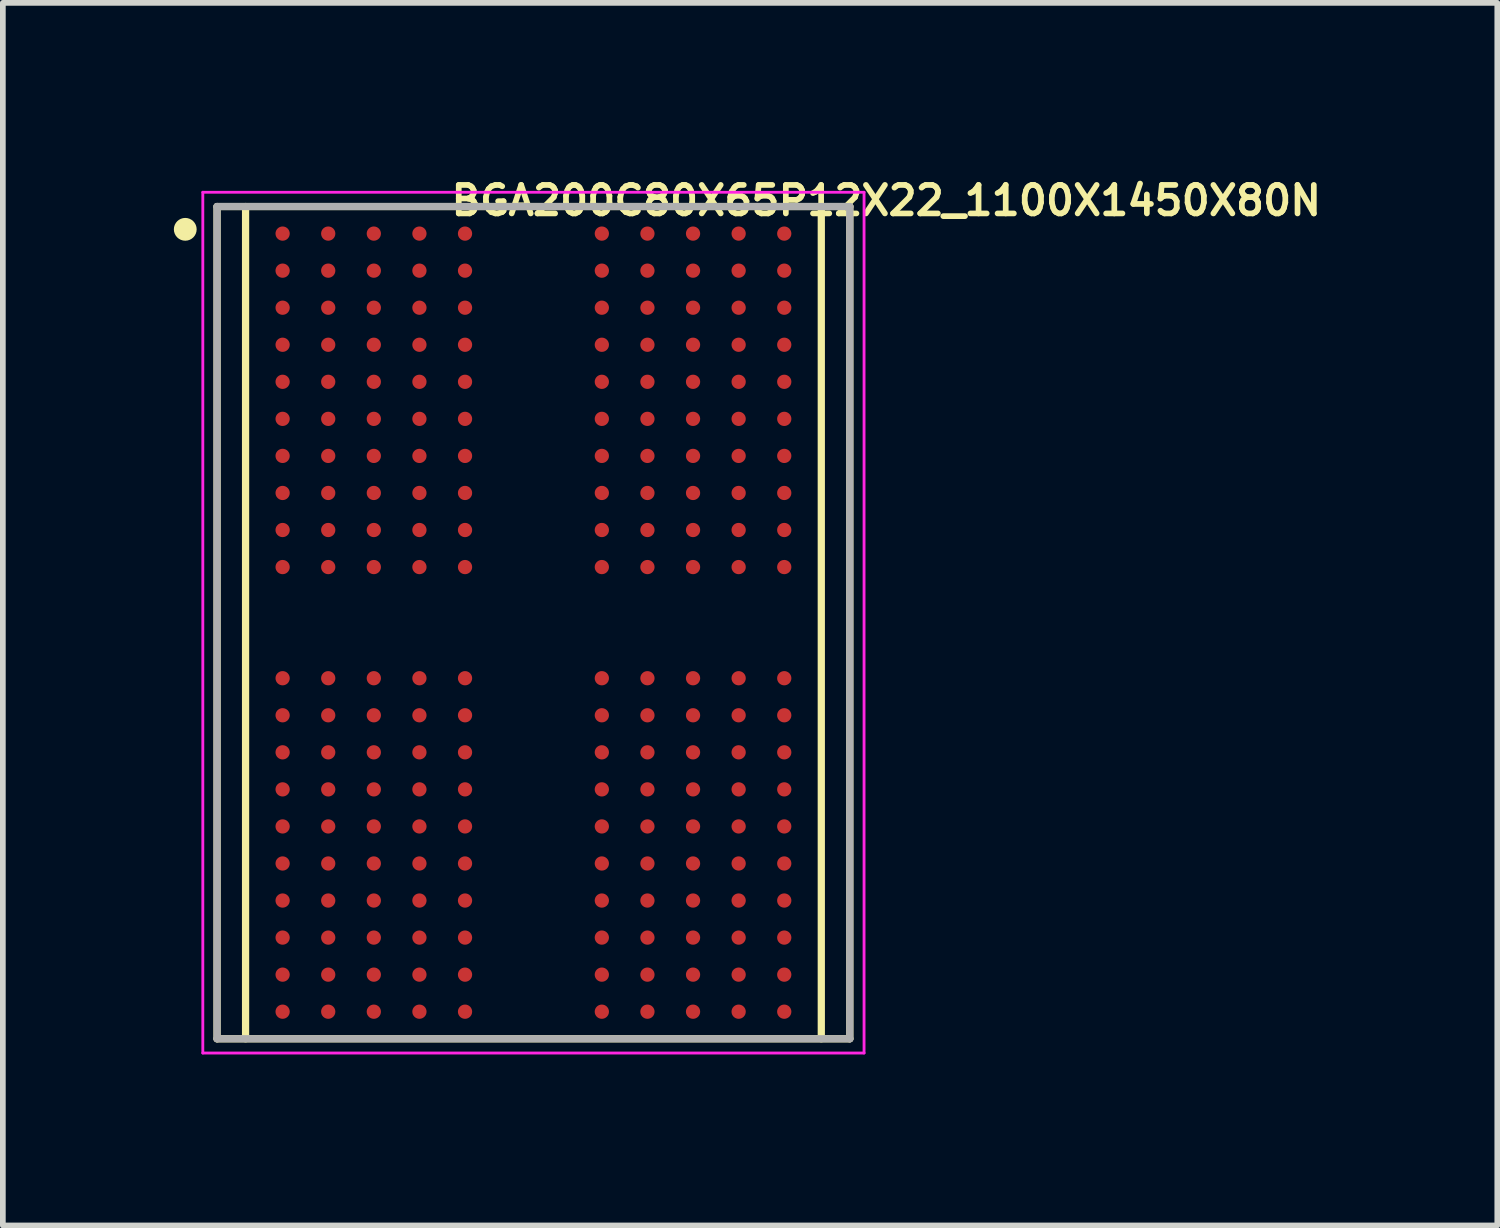
<source format=kicad_pcb>
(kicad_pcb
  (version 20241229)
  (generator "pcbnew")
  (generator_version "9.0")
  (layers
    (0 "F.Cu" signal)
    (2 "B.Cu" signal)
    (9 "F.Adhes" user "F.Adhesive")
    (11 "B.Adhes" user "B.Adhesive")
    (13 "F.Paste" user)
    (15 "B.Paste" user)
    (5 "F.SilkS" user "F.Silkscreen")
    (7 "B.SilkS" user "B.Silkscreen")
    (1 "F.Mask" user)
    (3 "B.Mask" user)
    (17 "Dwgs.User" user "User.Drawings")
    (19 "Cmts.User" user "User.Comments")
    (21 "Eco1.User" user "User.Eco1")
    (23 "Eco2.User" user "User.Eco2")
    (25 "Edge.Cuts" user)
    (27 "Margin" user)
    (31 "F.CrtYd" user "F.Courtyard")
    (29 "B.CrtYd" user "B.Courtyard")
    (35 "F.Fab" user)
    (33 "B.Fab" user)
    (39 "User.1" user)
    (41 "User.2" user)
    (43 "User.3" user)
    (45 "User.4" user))
  (footprint "BGA200C80X65P12X22_1100X1450X80N"
    (layer "F.Cu")
    (at 6.308 7.873)
    (property "Reference" "BGA200C80X65P12X22_1100X1450X80N" (at 6.19 -7.405 0) (layer "F.SilkS") (effects (font (size 0.5 0.5) (thickness 0.1))))
    (attr smd)
    (fp_line (start -5.55 -7.3) (end 5.55 -7.3) (stroke (width 0.127) (type solid)) (layer "F.SilkS"))
    (fp_line (start -5.55 7.3) (end -5.55 -7.3) (stroke (width 0.127) (type solid)) (layer "F.SilkS"))
    (fp_line (start -5.05 7.3) (end -5.05 -7.3) (stroke (width 0.127) (type solid)) (layer "F.SilkS"))
    (fp_line (start 5.05 -7.3) (end 5.05 7.3) (stroke (width 0.127) (type solid)) (layer "F.SilkS"))
    (fp_line (start 5.55 -7.3) (end 5.55 7.3) (stroke (width 0.127) (type solid)) (layer "F.SilkS"))
    (fp_line (start 5.55 7.3) (end -5.55 7.3) (stroke (width 0.127) (type solid)) (layer "F.SilkS"))
    (fp_circle (center -6.108 -6.9) (end -6.008 -6.9) (stroke (width 0.2) (type solid)) (fill no) (layer "F.SilkS"))
    (fp_line (start -5.55 -7.3) (end 5.55 -7.3) (stroke (width 0.127) (type solid)) (layer "Eco2.User"))
    (fp_line (start -5.55 7.3) (end -5.55 -7.3) (stroke (width 0.127) (type solid)) (layer "Eco2.User"))
    (fp_line (start 5.55 -7.3) (end 5.55 7.3) (stroke (width 0.127) (type solid)) (layer "Eco2.User"))
    (fp_line (start 5.55 7.3) (end -5.55 7.3) (stroke (width 0.127) (type solid)) (layer "Eco2.User"))
    (fp_circle (center -6.108 -6.9) (end -6.008 -6.9) (stroke (width 0.2) (type solid)) (fill no) (layer "Eco2.User"))
    (fp_line (start -5.8 -7.55) (end 5.8 -7.55) (stroke (width 0.05) (type solid)) (layer "F.CrtYd"))
    (fp_line (start -5.8 7.55) (end -5.8 -7.55) (stroke (width 0.05) (type solid)) (layer "F.CrtYd"))
    (fp_line (start 5.8 -7.55) (end 5.8 7.55) (stroke (width 0.05) (type solid)) (layer "F.CrtYd"))
    (fp_line (start 5.8 7.55) (end -5.8 7.55) (stroke (width 0.05) (type solid)) (layer "F.CrtYd"))
    (fp_line (start -5.55 -7.3) (end 5.55 -7.3) (stroke (width 0.127) (type solid)) (layer "F.Fab"))
    (fp_line (start -5.55 7.3) (end -5.55 -7.3) (stroke (width 0.127) (type solid)) (layer "F.Fab"))
    (fp_line (start 5.55 -7.3) (end 5.55 7.3) (stroke (width 0.127) (type solid)) (layer "F.Fab"))
    (fp_line (start 5.55 7.3) (end -5.55 7.3) (stroke (width 0.127) (type solid)) (layer "F.Fab"))
    (pad "A1" smd circle (at -4.4 -6.825) (size 0.25 0.25) (layers "F.Cu" "F.Mask" "F.Paste"))
    (pad "A2" smd circle (at -3.6 -6.825) (size 0.25 0.25) (layers "F.Cu" "F.Mask" "F.Paste"))
    (pad "A3" smd circle (at -2.8 -6.825) (size 0.25 0.25) (layers "F.Cu" "F.Mask" "F.Paste"))
    (pad "A4" smd circle (at -2 -6.825) (size 0.25 0.25) (layers "F.Cu" "F.Mask" "F.Paste"))
    (pad "A5" smd circle (at -1.2 -6.825) (size 0.25 0.25) (layers "F.Cu" "F.Mask" "F.Paste"))
    (pad "A8" smd circle (at 1.2 -6.825) (size 0.25 0.25) (layers "F.Cu" "F.Mask" "F.Paste"))
    (pad "A9" smd circle (at 2 -6.825) (size 0.25 0.25) (layers "F.Cu" "F.Mask" "F.Paste"))
    (pad "A10" smd circle (at 2.8 -6.825) (size 0.25 0.25) (layers "F.Cu" "F.Mask" "F.Paste"))
    (pad "A11" smd circle (at 3.6 -6.825) (size 0.25 0.25) (layers "F.Cu" "F.Mask" "F.Paste"))
    (pad "A12" smd circle (at 4.4 -6.825) (size 0.25 0.25) (layers "F.Cu" "F.Mask" "F.Paste"))
    (pad "AA1" smd circle (at -4.4 6.175) (size 0.25 0.25) (layers "F.Cu" "F.Mask" "F.Paste"))
    (pad "AA2" smd circle (at -3.6 6.175) (size 0.25 0.25) (layers "F.Cu" "F.Mask" "F.Paste"))
    (pad "AA3" smd circle (at -2.8 6.175) (size 0.25 0.25) (layers "F.Cu" "F.Mask" "F.Paste"))
    (pad "AA4" smd circle (at -2 6.175) (size 0.25 0.25) (layers "F.Cu" "F.Mask" "F.Paste"))
    (pad "AA5" smd circle (at -1.2 6.175) (size 0.25 0.25) (layers "F.Cu" "F.Mask" "F.Paste"))
    (pad "AA8" smd circle (at 1.2 6.175) (size 0.25 0.25) (layers "F.Cu" "F.Mask" "F.Paste"))
    (pad "AA9" smd circle (at 2 6.175) (size 0.25 0.25) (layers "F.Cu" "F.Mask" "F.Paste"))
    (pad "AA10" smd circle (at 2.8 6.175) (size 0.25 0.25) (layers "F.Cu" "F.Mask" "F.Paste"))
    (pad "AA11" smd circle (at 3.6 6.175) (size 0.25 0.25) (layers "F.Cu" "F.Mask" "F.Paste"))
    (pad "AA12" smd circle (at 4.4 6.175) (size 0.25 0.25) (layers "F.Cu" "F.Mask" "F.Paste"))
    (pad "AB1" smd circle (at -4.4 6.825) (size 0.25 0.25) (layers "F.Cu" "F.Mask" "F.Paste"))
    (pad "AB2" smd circle (at -3.6 6.825) (size 0.25 0.25) (layers "F.Cu" "F.Mask" "F.Paste"))
    (pad "AB3" smd circle (at -2.8 6.825) (size 0.25 0.25) (layers "F.Cu" "F.Mask" "F.Paste"))
    (pad "AB4" smd circle (at -2 6.825) (size 0.25 0.25) (layers "F.Cu" "F.Mask" "F.Paste"))
    (pad "AB5" smd circle (at -1.2 6.825) (size 0.25 0.25) (layers "F.Cu" "F.Mask" "F.Paste"))
    (pad "AB8" smd circle (at 1.2 6.825) (size 0.25 0.25) (layers "F.Cu" "F.Mask" "F.Paste"))
    (pad "AB9" smd circle (at 2 6.825) (size 0.25 0.25) (layers "F.Cu" "F.Mask" "F.Paste"))
    (pad "AB10" smd circle (at 2.8 6.825) (size 0.25 0.25) (layers "F.Cu" "F.Mask" "F.Paste"))
    (pad "AB11" smd circle (at 3.6 6.825) (size 0.25 0.25) (layers "F.Cu" "F.Mask" "F.Paste"))
    (pad "AB12" smd circle (at 4.4 6.825) (size 0.25 0.25) (layers "F.Cu" "F.Mask" "F.Paste"))
    (pad "B1" smd circle (at -4.4 -6.175) (size 0.25 0.25) (layers "F.Cu" "F.Mask" "F.Paste"))
    (pad "B2" smd circle (at -3.6 -6.175) (size 0.25 0.25) (layers "F.Cu" "F.Mask" "F.Paste"))
    (pad "B3" smd circle (at -2.8 -6.175) (size 0.25 0.25) (layers "F.Cu" "F.Mask" "F.Paste"))
    (pad "B4" smd circle (at -2 -6.175) (size 0.25 0.25) (layers "F.Cu" "F.Mask" "F.Paste"))
    (pad "B5" smd circle (at -1.2 -6.175) (size 0.25 0.25) (layers "F.Cu" "F.Mask" "F.Paste"))
    (pad "B8" smd circle (at 1.2 -6.175) (size 0.25 0.25) (layers "F.Cu" "F.Mask" "F.Paste"))
    (pad "B9" smd circle (at 2 -6.175) (size 0.25 0.25) (layers "F.Cu" "F.Mask" "F.Paste"))
    (pad "B10" smd circle (at 2.8 -6.175) (size 0.25 0.25) (layers "F.Cu" "F.Mask" "F.Paste"))
    (pad "B11" smd circle (at 3.6 -6.175) (size 0.25 0.25) (layers "F.Cu" "F.Mask" "F.Paste"))
    (pad "B12" smd circle (at 4.4 -6.175) (size 0.25 0.25) (layers "F.Cu" "F.Mask" "F.Paste"))
    (pad "C1" smd circle (at -4.4 -5.525) (size 0.25 0.25) (layers "F.Cu" "F.Mask" "F.Paste"))
    (pad "C2" smd circle (at -3.6 -5.525) (size 0.25 0.25) (layers "F.Cu" "F.Mask" "F.Paste"))
    (pad "C3" smd circle (at -2.8 -5.525) (size 0.25 0.25) (layers "F.Cu" "F.Mask" "F.Paste"))
    (pad "C4" smd circle (at -2 -5.525) (size 0.25 0.25) (layers "F.Cu" "F.Mask" "F.Paste"))
    (pad "C5" smd circle (at -1.2 -5.525) (size 0.25 0.25) (layers "F.Cu" "F.Mask" "F.Paste"))
    (pad "C8" smd circle (at 1.2 -5.525) (size 0.25 0.25) (layers "F.Cu" "F.Mask" "F.Paste"))
    (pad "C9" smd circle (at 2 -5.525) (size 0.25 0.25) (layers "F.Cu" "F.Mask" "F.Paste"))
    (pad "C10" smd circle (at 2.8 -5.525) (size 0.25 0.25) (layers "F.Cu" "F.Mask" "F.Paste"))
    (pad "C11" smd circle (at 3.6 -5.525) (size 0.25 0.25) (layers "F.Cu" "F.Mask" "F.Paste"))
    (pad "C12" smd circle (at 4.4 -5.525) (size 0.25 0.25) (layers "F.Cu" "F.Mask" "F.Paste"))
    (pad "D1" smd circle (at -4.4 -4.875) (size 0.25 0.25) (layers "F.Cu" "F.Mask" "F.Paste"))
    (pad "D2" smd circle (at -3.6 -4.875) (size 0.25 0.25) (layers "F.Cu" "F.Mask" "F.Paste"))
    (pad "D3" smd circle (at -2.8 -4.875) (size 0.25 0.25) (layers "F.Cu" "F.Mask" "F.Paste"))
    (pad "D4" smd circle (at -2 -4.875) (size 0.25 0.25) (layers "F.Cu" "F.Mask" "F.Paste"))
    (pad "D5" smd circle (at -1.2 -4.875) (size 0.25 0.25) (layers "F.Cu" "F.Mask" "F.Paste"))
    (pad "D8" smd circle (at 1.2 -4.875) (size 0.25 0.25) (layers "F.Cu" "F.Mask" "F.Paste"))
    (pad "D9" smd circle (at 2 -4.875) (size 0.25 0.25) (layers "F.Cu" "F.Mask" "F.Paste"))
    (pad "D10" smd circle (at 2.8 -4.875) (size 0.25 0.25) (layers "F.Cu" "F.Mask" "F.Paste"))
    (pad "D11" smd circle (at 3.6 -4.875) (size 0.25 0.25) (layers "F.Cu" "F.Mask" "F.Paste"))
    (pad "D12" smd circle (at 4.4 -4.875) (size 0.25 0.25) (layers "F.Cu" "F.Mask" "F.Paste"))
    (pad "E1" smd circle (at -4.4 -4.225) (size 0.25 0.25) (layers "F.Cu" "F.Mask" "F.Paste"))
    (pad "E2" smd circle (at -3.6 -4.225) (size 0.25 0.25) (layers "F.Cu" "F.Mask" "F.Paste"))
    (pad "E3" smd circle (at -2.8 -4.225) (size 0.25 0.25) (layers "F.Cu" "F.Mask" "F.Paste"))
    (pad "E4" smd circle (at -2 -4.225) (size 0.25 0.25) (layers "F.Cu" "F.Mask" "F.Paste"))
    (pad "E5" smd circle (at -1.2 -4.225) (size 0.25 0.25) (layers "F.Cu" "F.Mask" "F.Paste"))
    (pad "E8" smd circle (at 1.2 -4.225) (size 0.25 0.25) (layers "F.Cu" "F.Mask" "F.Paste"))
    (pad "E9" smd circle (at 2 -4.225) (size 0.25 0.25) (layers "F.Cu" "F.Mask" "F.Paste"))
    (pad "E10" smd circle (at 2.8 -4.225) (size 0.25 0.25) (layers "F.Cu" "F.Mask" "F.Paste"))
    (pad "E11" smd circle (at 3.6 -4.225) (size 0.25 0.25) (layers "F.Cu" "F.Mask" "F.Paste"))
    (pad "E12" smd circle (at 4.4 -4.225) (size 0.25 0.25) (layers "F.Cu" "F.Mask" "F.Paste"))
    (pad "F1" smd circle (at -4.4 -3.575) (size 0.25 0.25) (layers "F.Cu" "F.Mask" "F.Paste"))
    (pad "F2" smd circle (at -3.6 -3.575) (size 0.25 0.25) (layers "F.Cu" "F.Mask" "F.Paste"))
    (pad "F3" smd circle (at -2.8 -3.575) (size 0.25 0.25) (layers "F.Cu" "F.Mask" "F.Paste"))
    (pad "F4" smd circle (at -2 -3.575) (size 0.25 0.25) (layers "F.Cu" "F.Mask" "F.Paste"))
    (pad "F5" smd circle (at -1.2 -3.575) (size 0.25 0.25) (layers "F.Cu" "F.Mask" "F.Paste"))
    (pad "F8" smd circle (at 1.2 -3.575) (size 0.25 0.25) (layers "F.Cu" "F.Mask" "F.Paste"))
    (pad "F9" smd circle (at 2 -3.575) (size 0.25 0.25) (layers "F.Cu" "F.Mask" "F.Paste"))
    (pad "F10" smd circle (at 2.8 -3.575) (size 0.25 0.25) (layers "F.Cu" "F.Mask" "F.Paste"))
    (pad "F11" smd circle (at 3.6 -3.575) (size 0.25 0.25) (layers "F.Cu" "F.Mask" "F.Paste"))
    (pad "F12" smd circle (at 4.4 -3.575) (size 0.25 0.25) (layers "F.Cu" "F.Mask" "F.Paste"))
    (pad "G1" smd circle (at -4.4 -2.925) (size 0.25 0.25) (layers "F.Cu" "F.Mask" "F.Paste"))
    (pad "G2" smd circle (at -3.6 -2.925) (size 0.25 0.25) (layers "F.Cu" "F.Mask" "F.Paste"))
    (pad "G3" smd circle (at -2.8 -2.925) (size 0.25 0.25) (layers "F.Cu" "F.Mask" "F.Paste"))
    (pad "G4" smd circle (at -2 -2.925) (size 0.25 0.25) (layers "F.Cu" "F.Mask" "F.Paste"))
    (pad "G5" smd circle (at -1.2 -2.925) (size 0.25 0.25) (layers "F.Cu" "F.Mask" "F.Paste"))
    (pad "G8" smd circle (at 1.2 -2.925) (size 0.25 0.25) (layers "F.Cu" "F.Mask" "F.Paste"))
    (pad "G9" smd circle (at 2 -2.925) (size 0.25 0.25) (layers "F.Cu" "F.Mask" "F.Paste"))
    (pad "G10" smd circle (at 2.8 -2.925) (size 0.25 0.25) (layers "F.Cu" "F.Mask" "F.Paste"))
    (pad "G11" smd circle (at 3.6 -2.925) (size 0.25 0.25) (layers "F.Cu" "F.Mask" "F.Paste"))
    (pad "G12" smd circle (at 4.4 -2.925) (size 0.25 0.25) (layers "F.Cu" "F.Mask" "F.Paste"))
    (pad "H1" smd circle (at -4.4 -2.275) (size 0.25 0.25) (layers "F.Cu" "F.Mask" "F.Paste"))
    (pad "H2" smd circle (at -3.6 -2.275) (size 0.25 0.25) (layers "F.Cu" "F.Mask" "F.Paste"))
    (pad "H3" smd circle (at -2.8 -2.275) (size 0.25 0.25) (layers "F.Cu" "F.Mask" "F.Paste"))
    (pad "H4" smd circle (at -2 -2.275) (size 0.25 0.25) (layers "F.Cu" "F.Mask" "F.Paste"))
    (pad "H5" smd circle (at -1.2 -2.275) (size 0.25 0.25) (layers "F.Cu" "F.Mask" "F.Paste"))
    (pad "H8" smd circle (at 1.2 -2.275) (size 0.25 0.25) (layers "F.Cu" "F.Mask" "F.Paste"))
    (pad "H9" smd circle (at 2 -2.275) (size 0.25 0.25) (layers "F.Cu" "F.Mask" "F.Paste"))
    (pad "H10" smd circle (at 2.8 -2.275) (size 0.25 0.25) (layers "F.Cu" "F.Mask" "F.Paste"))
    (pad "H11" smd circle (at 3.6 -2.275) (size 0.25 0.25) (layers "F.Cu" "F.Mask" "F.Paste"))
    (pad "H12" smd circle (at 4.4 -2.275) (size 0.25 0.25) (layers "F.Cu" "F.Mask" "F.Paste"))
    (pad "J1" smd circle (at -4.4 -1.625) (size 0.25 0.25) (layers "F.Cu" "F.Mask" "F.Paste"))
    (pad "J2" smd circle (at -3.6 -1.625) (size 0.25 0.25) (layers "F.Cu" "F.Mask" "F.Paste"))
    (pad "J3" smd circle (at -2.8 -1.625) (size 0.25 0.25) (layers "F.Cu" "F.Mask" "F.Paste"))
    (pad "J4" smd circle (at -2 -1.625) (size 0.25 0.25) (layers "F.Cu" "F.Mask" "F.Paste"))
    (pad "J5" smd circle (at -1.2 -1.625) (size 0.25 0.25) (layers "F.Cu" "F.Mask" "F.Paste"))
    (pad "J8" smd circle (at 1.2 -1.625) (size 0.25 0.25) (layers "F.Cu" "F.Mask" "F.Paste"))
    (pad "J9" smd circle (at 2 -1.625) (size 0.25 0.25) (layers "F.Cu" "F.Mask" "F.Paste"))
    (pad "J10" smd circle (at 2.8 -1.625) (size 0.25 0.25) (layers "F.Cu" "F.Mask" "F.Paste"))
    (pad "J11" smd circle (at 3.6 -1.625) (size 0.25 0.25) (layers "F.Cu" "F.Mask" "F.Paste"))
    (pad "J12" smd circle (at 4.4 -1.625) (size 0.25 0.25) (layers "F.Cu" "F.Mask" "F.Paste"))
    (pad "K1" smd circle (at -4.4 -0.975) (size 0.25 0.25) (layers "F.Cu" "F.Mask" "F.Paste"))
    (pad "K2" smd circle (at -3.6 -0.975) (size 0.25 0.25) (layers "F.Cu" "F.Mask" "F.Paste"))
    (pad "K3" smd circle (at -2.8 -0.975) (size 0.25 0.25) (layers "F.Cu" "F.Mask" "F.Paste"))
    (pad "K4" smd circle (at -2 -0.975) (size 0.25 0.25) (layers "F.Cu" "F.Mask" "F.Paste"))
    (pad "K5" smd circle (at -1.2 -0.975) (size 0.25 0.25) (layers "F.Cu" "F.Mask" "F.Paste"))
    (pad "K8" smd circle (at 1.2 -0.975) (size 0.25 0.25) (layers "F.Cu" "F.Mask" "F.Paste"))
    (pad "K9" smd circle (at 2 -0.975) (size 0.25 0.25) (layers "F.Cu" "F.Mask" "F.Paste"))
    (pad "K10" smd circle (at 2.8 -0.975) (size 0.25 0.25) (layers "F.Cu" "F.Mask" "F.Paste"))
    (pad "K11" smd circle (at 3.6 -0.975) (size 0.25 0.25) (layers "F.Cu" "F.Mask" "F.Paste"))
    (pad "K12" smd circle (at 4.4 -0.975) (size 0.25 0.25) (layers "F.Cu" "F.Mask" "F.Paste"))
    (pad "N1" smd circle (at -4.4 0.975) (size 0.25 0.25) (layers "F.Cu" "F.Mask" "F.Paste"))
    (pad "N2" smd circle (at -3.6 0.975) (size 0.25 0.25) (layers "F.Cu" "F.Mask" "F.Paste"))
    (pad "N3" smd circle (at -2.8 0.975) (size 0.25 0.25) (layers "F.Cu" "F.Mask" "F.Paste"))
    (pad "N4" smd circle (at -2 0.975) (size 0.25 0.25) (layers "F.Cu" "F.Mask" "F.Paste"))
    (pad "N5" smd circle (at -1.2 0.975) (size 0.25 0.25) (layers "F.Cu" "F.Mask" "F.Paste"))
    (pad "N8" smd circle (at 1.2 0.975) (size 0.25 0.25) (layers "F.Cu" "F.Mask" "F.Paste"))
    (pad "N9" smd circle (at 2 0.975) (size 0.25 0.25) (layers "F.Cu" "F.Mask" "F.Paste"))
    (pad "N10" smd circle (at 2.8 0.975) (size 0.25 0.25) (layers "F.Cu" "F.Mask" "F.Paste"))
    (pad "N11" smd circle (at 3.6 0.975) (size 0.25 0.25) (layers "F.Cu" "F.Mask" "F.Paste"))
    (pad "N12" smd circle (at 4.4 0.975) (size 0.25 0.25) (layers "F.Cu" "F.Mask" "F.Paste"))
    (pad "P1" smd circle (at -4.4 1.625) (size 0.25 0.25) (layers "F.Cu" "F.Mask" "F.Paste"))
    (pad "P2" smd circle (at -3.6 1.625) (size 0.25 0.25) (layers "F.Cu" "F.Mask" "F.Paste"))
    (pad "P3" smd circle (at -2.8 1.625) (size 0.25 0.25) (layers "F.Cu" "F.Mask" "F.Paste"))
    (pad "P4" smd circle (at -2 1.625) (size 0.25 0.25) (layers "F.Cu" "F.Mask" "F.Paste"))
    (pad "P5" smd circle (at -1.2 1.625) (size 0.25 0.25) (layers "F.Cu" "F.Mask" "F.Paste"))
    (pad "P8" smd circle (at 1.2 1.625) (size 0.25 0.25) (layers "F.Cu" "F.Mask" "F.Paste"))
    (pad "P9" smd circle (at 2 1.625) (size 0.25 0.25) (layers "F.Cu" "F.Mask" "F.Paste"))
    (pad "P10" smd circle (at 2.8 1.625) (size 0.25 0.25) (layers "F.Cu" "F.Mask" "F.Paste"))
    (pad "P11" smd circle (at 3.6 1.625) (size 0.25 0.25) (layers "F.Cu" "F.Mask" "F.Paste"))
    (pad "P12" smd circle (at 4.4 1.625) (size 0.25 0.25) (layers "F.Cu" "F.Mask" "F.Paste"))
    (pad "R1" smd circle (at -4.4 2.275) (size 0.25 0.25) (layers "F.Cu" "F.Mask" "F.Paste"))
    (pad "R2" smd circle (at -3.6 2.275) (size 0.25 0.25) (layers "F.Cu" "F.Mask" "F.Paste"))
    (pad "R3" smd circle (at -2.8 2.275) (size 0.25 0.25) (layers "F.Cu" "F.Mask" "F.Paste"))
    (pad "R4" smd circle (at -2 2.275) (size 0.25 0.25) (layers "F.Cu" "F.Mask" "F.Paste"))
    (pad "R5" smd circle (at -1.2 2.275) (size 0.25 0.25) (layers "F.Cu" "F.Mask" "F.Paste"))
    (pad "R8" smd circle (at 1.2 2.275) (size 0.25 0.25) (layers "F.Cu" "F.Mask" "F.Paste"))
    (pad "R9" smd circle (at 2 2.275) (size 0.25 0.25) (layers "F.Cu" "F.Mask" "F.Paste"))
    (pad "R10" smd circle (at 2.8 2.275) (size 0.25 0.25) (layers "F.Cu" "F.Mask" "F.Paste"))
    (pad "R11" smd circle (at 3.6 2.275) (size 0.25 0.25) (layers "F.Cu" "F.Mask" "F.Paste"))
    (pad "R12" smd circle (at 4.4 2.275) (size 0.25 0.25) (layers "F.Cu" "F.Mask" "F.Paste"))
    (pad "T1" smd circle (at -4.4 2.925) (size 0.25 0.25) (layers "F.Cu" "F.Mask" "F.Paste"))
    (pad "T2" smd circle (at -3.6 2.925) (size 0.25 0.25) (layers "F.Cu" "F.Mask" "F.Paste"))
    (pad "T3" smd circle (at -2.8 2.925) (size 0.25 0.25) (layers "F.Cu" "F.Mask" "F.Paste"))
    (pad "T4" smd circle (at -2 2.925) (size 0.25 0.25) (layers "F.Cu" "F.Mask" "F.Paste"))
    (pad "T5" smd circle (at -1.2 2.925) (size 0.25 0.25) (layers "F.Cu" "F.Mask" "F.Paste"))
    (pad "T8" smd circle (at 1.2 2.925) (size 0.25 0.25) (layers "F.Cu" "F.Mask" "F.Paste"))
    (pad "T9" smd circle (at 2 2.925) (size 0.25 0.25) (layers "F.Cu" "F.Mask" "F.Paste"))
    (pad "T10" smd circle (at 2.8 2.925) (size 0.25 0.25) (layers "F.Cu" "F.Mask" "F.Paste"))
    (pad "T11" smd circle (at 3.6 2.925) (size 0.25 0.25) (layers "F.Cu" "F.Mask" "F.Paste"))
    (pad "T12" smd circle (at 4.4 2.925) (size 0.25 0.25) (layers "F.Cu" "F.Mask" "F.Paste"))
    (pad "U1" smd circle (at -4.4 3.575) (size 0.25 0.25) (layers "F.Cu" "F.Mask" "F.Paste"))
    (pad "U2" smd circle (at -3.6 3.575) (size 0.25 0.25) (layers "F.Cu" "F.Mask" "F.Paste"))
    (pad "U3" smd circle (at -2.8 3.575) (size 0.25 0.25) (layers "F.Cu" "F.Mask" "F.Paste"))
    (pad "U4" smd circle (at -2 3.575) (size 0.25 0.25) (layers "F.Cu" "F.Mask" "F.Paste"))
    (pad "U5" smd circle (at -1.2 3.575) (size 0.25 0.25) (layers "F.Cu" "F.Mask" "F.Paste"))
    (pad "U8" smd circle (at 1.2 3.575) (size 0.25 0.25) (layers "F.Cu" "F.Mask" "F.Paste"))
    (pad "U9" smd circle (at 2 3.575) (size 0.25 0.25) (layers "F.Cu" "F.Mask" "F.Paste"))
    (pad "U10" smd circle (at 2.8 3.575) (size 0.25 0.25) (layers "F.Cu" "F.Mask" "F.Paste"))
    (pad "U11" smd circle (at 3.6 3.575) (size 0.25 0.25) (layers "F.Cu" "F.Mask" "F.Paste"))
    (pad "U12" smd circle (at 4.4 3.575) (size 0.25 0.25) (layers "F.Cu" "F.Mask" "F.Paste"))
    (pad "V1" smd circle (at -4.4 4.225) (size 0.25 0.25) (layers "F.Cu" "F.Mask" "F.Paste"))
    (pad "V2" smd circle (at -3.6 4.225) (size 0.25 0.25) (layers "F.Cu" "F.Mask" "F.Paste"))
    (pad "V3" smd circle (at -2.8 4.225) (size 0.25 0.25) (layers "F.Cu" "F.Mask" "F.Paste"))
    (pad "V4" smd circle (at -2 4.225) (size 0.25 0.25) (layers "F.Cu" "F.Mask" "F.Paste"))
    (pad "V5" smd circle (at -1.2 4.225) (size 0.25 0.25) (layers "F.Cu" "F.Mask" "F.Paste"))
    (pad "V8" smd circle (at 1.2 4.225) (size 0.25 0.25) (layers "F.Cu" "F.Mask" "F.Paste"))
    (pad "V9" smd circle (at 2 4.225) (size 0.25 0.25) (layers "F.Cu" "F.Mask" "F.Paste"))
    (pad "V10" smd circle (at 2.8 4.225) (size 0.25 0.25) (layers "F.Cu" "F.Mask" "F.Paste"))
    (pad "V11" smd circle (at 3.6 4.225) (size 0.25 0.25) (layers "F.Cu" "F.Mask" "F.Paste"))
    (pad "V12" smd circle (at 4.4 4.225) (size 0.25 0.25) (layers "F.Cu" "F.Mask" "F.Paste"))
    (pad "W1" smd circle (at -4.4 4.875) (size 0.25 0.25) (layers "F.Cu" "F.Mask" "F.Paste"))
    (pad "W2" smd circle (at -3.6 4.875) (size 0.25 0.25) (layers "F.Cu" "F.Mask" "F.Paste"))
    (pad "W3" smd circle (at -2.8 4.875) (size 0.25 0.25) (layers "F.Cu" "F.Mask" "F.Paste"))
    (pad "W4" smd circle (at -2 4.875) (size 0.25 0.25) (layers "F.Cu" "F.Mask" "F.Paste"))
    (pad "W5" smd circle (at -1.2 4.875) (size 0.25 0.25) (layers "F.Cu" "F.Mask" "F.Paste"))
    (pad "W8" smd circle (at 1.2 4.875) (size 0.25 0.25) (layers "F.Cu" "F.Mask" "F.Paste"))
    (pad "W9" smd circle (at 2 4.875) (size 0.25 0.25) (layers "F.Cu" "F.Mask" "F.Paste"))
    (pad "W10" smd circle (at 2.8 4.875) (size 0.25 0.25) (layers "F.Cu" "F.Mask" "F.Paste"))
    (pad "W11" smd circle (at 3.6 4.875) (size 0.25 0.25) (layers "F.Cu" "F.Mask" "F.Paste"))
    (pad "W12" smd circle (at 4.4 4.875) (size 0.25 0.25) (layers "F.Cu" "F.Mask" "F.Paste"))
    (pad "Y1" smd circle (at -4.4 5.525) (size 0.25 0.25) (layers "F.Cu" "F.Mask" "F.Paste"))
    (pad "Y2" smd circle (at -3.6 5.525) (size 0.25 0.25) (layers "F.Cu" "F.Mask" "F.Paste"))
    (pad "Y3" smd circle (at -2.8 5.525) (size 0.25 0.25) (layers "F.Cu" "F.Mask" "F.Paste"))
    (pad "Y4" smd circle (at -2 5.525) (size 0.25 0.25) (layers "F.Cu" "F.Mask" "F.Paste"))
    (pad "Y5" smd circle (at -1.2 5.525) (size 0.25 0.25) (layers "F.Cu" "F.Mask" "F.Paste"))
    (pad "Y8" smd circle (at 1.2 5.525) (size 0.25 0.25) (layers "F.Cu" "F.Mask" "F.Paste"))
    (pad "Y9" smd circle (at 2 5.525) (size 0.25 0.25) (layers "F.Cu" "F.Mask" "F.Paste"))
    (pad "Y10" smd circle (at 2.8 5.525) (size 0.25 0.25) (layers "F.Cu" "F.Mask" "F.Paste"))
    (pad "Y11" smd circle (at 3.6 5.525) (size 0.25 0.25) (layers "F.Cu" "F.Mask" "F.Paste"))
    (pad "Y12" smd circle (at 4.4 5.525) (size 0.25 0.25) (layers "F.Cu" "F.Mask" "F.Paste")))
  (gr_rect
    (start -3 -3)
    (end 23.217 18.448)
    (stroke (width 0.1) (type default))
    (fill no)
    (layer "Edge.Cuts")))
</source>
